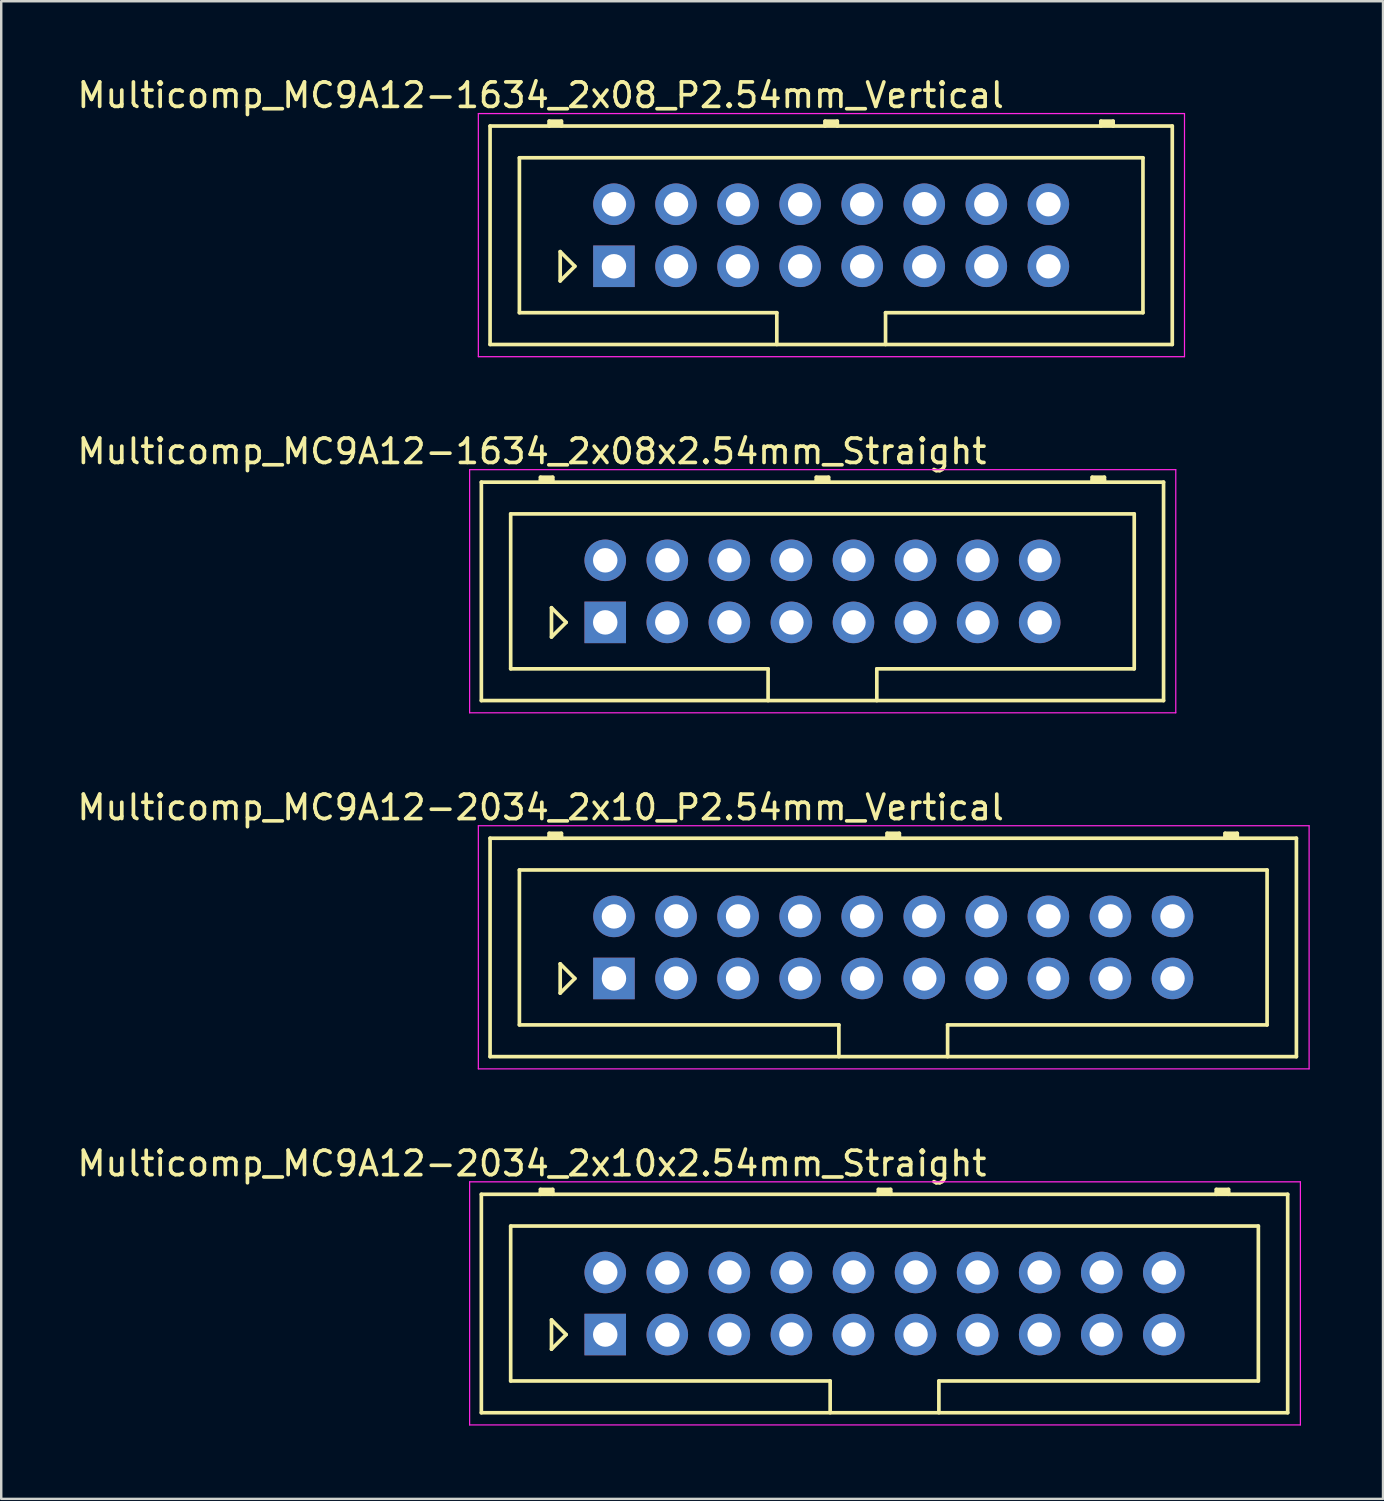
<source format=kicad_pcb>
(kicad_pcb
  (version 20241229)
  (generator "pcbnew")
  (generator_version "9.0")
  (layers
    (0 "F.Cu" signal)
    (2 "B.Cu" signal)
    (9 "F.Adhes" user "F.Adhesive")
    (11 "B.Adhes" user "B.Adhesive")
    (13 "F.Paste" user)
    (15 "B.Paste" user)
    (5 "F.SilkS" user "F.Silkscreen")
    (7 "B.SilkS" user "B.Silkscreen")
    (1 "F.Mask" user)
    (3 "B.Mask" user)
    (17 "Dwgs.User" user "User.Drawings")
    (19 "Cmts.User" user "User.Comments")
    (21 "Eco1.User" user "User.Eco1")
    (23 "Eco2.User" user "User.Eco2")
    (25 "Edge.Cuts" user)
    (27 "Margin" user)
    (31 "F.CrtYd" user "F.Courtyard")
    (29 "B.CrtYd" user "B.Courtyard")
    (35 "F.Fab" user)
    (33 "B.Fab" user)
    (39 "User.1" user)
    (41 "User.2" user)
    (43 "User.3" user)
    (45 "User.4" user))
  (footprint "Multicomp_MC9A12-2034_2x10_P2.54mm_Vertical"
    (layer "F.Cu")
    (at 22.077 36.995)
    (property "Reference" "Multicomp_MC9A12-2034_2x10_P2.54mm_Vertical" (at -3 -7 0) (layer "F.SilkS") (effects (font (size 1 1) (thickness 0.15))))
    (attr through_hole)
    (fp_line (start -5.07 -5.74) (end 27.93 -5.74) (stroke (width 0.15) (type solid)) (layer "F.SilkS"))
    (fp_line (start -5.07 3.2) (end -5.07 -5.74) (stroke (width 0.15) (type solid)) (layer "F.SilkS"))
    (fp_line (start -3.87 -4.44) (end 26.73 -4.44) (stroke (width 0.15) (type solid)) (layer "F.SilkS"))
    (fp_line (start -3.87 1.9) (end -3.87 -4.44) (stroke (width 0.15) (type solid)) (layer "F.SilkS"))
    (fp_line (start -2.65 -5.94) (end -2.15 -5.94) (stroke (width 0.15) (type solid)) (layer "F.SilkS"))
    (fp_line (start -2.65 -5.84) (end -2.15 -5.84) (stroke (width 0.15) (type solid)) (layer "F.SilkS"))
    (fp_line (start -2.65 -5.74) (end -2.65 -5.94) (stroke (width 0.15) (type solid)) (layer "F.SilkS"))
    (fp_line (start -2.2 -0.6) (end -1.6 0) (stroke (width 0.15) (type solid)) (layer "F.SilkS"))
    (fp_line (start -2.2 0.6) (end -2.2 -0.6) (stroke (width 0.15) (type solid)) (layer "F.SilkS"))
    (fp_line (start -2.15 -5.94) (end -2.15 -5.74) (stroke (width 0.15) (type solid)) (layer "F.SilkS"))
    (fp_line (start -1.6 0) (end -2.2 0.6) (stroke (width 0.15) (type solid)) (layer "F.SilkS"))
    (fp_line (start 9.205 1.9) (end -3.87 1.9) (stroke (width 0.15) (type solid)) (layer "F.SilkS"))
    (fp_line (start 9.205 3.2) (end 9.205 1.9) (stroke (width 0.15) (type solid)) (layer "F.SilkS"))
    (fp_line (start 11.18 -5.94) (end 11.68 -5.94) (stroke (width 0.15) (type solid)) (layer "F.SilkS"))
    (fp_line (start 11.18 -5.84) (end 11.68 -5.84) (stroke (width 0.15) (type solid)) (layer "F.SilkS"))
    (fp_line (start 11.18 -5.74) (end 11.18 -5.94) (stroke (width 0.15) (type solid)) (layer "F.SilkS"))
    (fp_line (start 11.68 -5.94) (end 11.68 -5.74) (stroke (width 0.15) (type solid)) (layer "F.SilkS"))
    (fp_line (start 13.655 1.9) (end 13.655 3.2) (stroke (width 0.15) (type solid)) (layer "F.SilkS"))
    (fp_line (start 25.01 -5.94) (end 25.51 -5.94) (stroke (width 0.15) (type solid)) (layer "F.SilkS"))
    (fp_line (start 25.01 -5.84) (end 25.51 -5.84) (stroke (width 0.15) (type solid)) (layer "F.SilkS"))
    (fp_line (start 25.01 -5.74) (end 25.01 -5.94) (stroke (width 0.15) (type solid)) (layer "F.SilkS"))
    (fp_line (start 25.51 -5.94) (end 25.51 -5.74) (stroke (width 0.15) (type solid)) (layer "F.SilkS"))
    (fp_line (start 26.73 -4.44) (end 26.73 1.9) (stroke (width 0.15) (type solid)) (layer "F.SilkS"))
    (fp_line (start 26.73 1.9) (end 13.655 1.9) (stroke (width 0.15) (type solid)) (layer "F.SilkS"))
    (fp_line (start 27.93 -5.74) (end 27.93 3.2) (stroke (width 0.15) (type solid)) (layer "F.SilkS"))
    (fp_line (start 27.93 3.2) (end -5.07 3.2) (stroke (width 0.15) (type solid)) (layer "F.SilkS"))
    (fp_line (start -5.55 -6.25) (end 28.45 -6.25) (stroke (width 0.05) (type solid)) (layer "F.CrtYd"))
    (fp_line (start -5.55 3.7) (end -5.55 -6.25) (stroke (width 0.05) (type solid)) (layer "F.CrtYd"))
    (fp_line (start 28.45 -6.25) (end 28.45 3.7) (stroke (width 0.05) (type solid)) (layer "F.CrtYd"))
    (fp_line (start 28.45 3.7) (end -5.55 3.7) (stroke (width 0.05) (type solid)) (layer "F.CrtYd"))
    (pad "1" thru_hole rect (at 0 0) (size 1.7 1.7) (drill 1) (layers "*.Cu" "*.Mask"))
    (pad "2" thru_hole circle (at 0 -2.54) (size 1.7 1.7) (drill 1) (layers "*.Cu" "*.Mask"))
    (pad "3" thru_hole circle (at 2.54 0) (size 1.7 1.7) (drill 1) (layers "*.Cu" "*.Mask"))
    (pad "4" thru_hole circle (at 2.54 -2.54) (size 1.7 1.7) (drill 1) (layers "*.Cu" "*.Mask"))
    (pad "5" thru_hole circle (at 5.08 0) (size 1.7 1.7) (drill 1) (layers "*.Cu" "*.Mask"))
    (pad "6" thru_hole circle (at 5.08 -2.54) (size 1.7 1.7) (drill 1) (layers "*.Cu" "*.Mask"))
    (pad "7" thru_hole circle (at 7.62 0) (size 1.7 1.7) (drill 1) (layers "*.Cu" "*.Mask"))
    (pad "8" thru_hole circle (at 7.62 -2.54) (size 1.7 1.7) (drill 1) (layers "*.Cu" "*.Mask"))
    (pad "9" thru_hole circle (at 10.16 0) (size 1.7 1.7) (drill 1) (layers "*.Cu" "*.Mask"))
    (pad "10" thru_hole circle (at 10.16 -2.54) (size 1.7 1.7) (drill 1) (layers "*.Cu" "*.Mask"))
    (pad "11" thru_hole circle (at 12.7 0) (size 1.7 1.7) (drill 1) (layers "*.Cu" "*.Mask"))
    (pad "12" thru_hole circle (at 12.7 -2.54) (size 1.7 1.7) (drill 1) (layers "*.Cu" "*.Mask"))
    (pad "13" thru_hole circle (at 15.24 0) (size 1.7 1.7) (drill 1) (layers "*.Cu" "*.Mask"))
    (pad "14" thru_hole circle (at 15.24 -2.54) (size 1.7 1.7) (drill 1) (layers "*.Cu" "*.Mask"))
    (pad "15" thru_hole circle (at 17.78 0) (size 1.7 1.7) (drill 1) (layers "*.Cu" "*.Mask"))
    (pad "16" thru_hole circle (at 17.78 -2.54) (size 1.7 1.7) (drill 1) (layers "*.Cu" "*.Mask"))
    (pad "17" thru_hole circle (at 20.32 0) (size 1.7 1.7) (drill 1) (layers "*.Cu" "*.Mask"))
    (pad "18" thru_hole circle (at 20.32 -2.54) (size 1.7 1.7) (drill 1) (layers "*.Cu" "*.Mask"))
    (pad "19" thru_hole circle (at 22.86 0) (size 1.7 1.7) (drill 1) (layers "*.Cu" "*.Mask"))
    (pad "20" thru_hole circle (at 22.86 -2.54) (size 1.7 1.7) (drill 1) (layers "*.Cu" "*.Mask")))
  (footprint "Multicomp_MC9A12-1634_2x08x2.54mm_Straight"
    (layer "F.Cu")
    (at 21.72 22.422)
    (property "Reference" "Multicomp_MC9A12-1634_2x08x2.54mm_Straight" (at -3 -7 0) (layer "F.SilkS") (effects (font (size 1 1) (thickness 0.15))))
    (attr through_hole)
    (fp_line (start -5.07 -5.74) (end 22.85 -5.74) (stroke (width 0.15) (type solid)) (layer "F.SilkS"))
    (fp_line (start -5.07 3.2) (end -5.07 -5.74) (stroke (width 0.15) (type solid)) (layer "F.SilkS"))
    (fp_line (start -3.87 -4.44) (end 21.65 -4.44) (stroke (width 0.15) (type solid)) (layer "F.SilkS"))
    (fp_line (start -3.87 1.9) (end -3.87 -4.44) (stroke (width 0.15) (type solid)) (layer "F.SilkS"))
    (fp_line (start -2.65 -5.94) (end -2.15 -5.94) (stroke (width 0.15) (type solid)) (layer "F.SilkS"))
    (fp_line (start -2.65 -5.84) (end -2.15 -5.84) (stroke (width 0.15) (type solid)) (layer "F.SilkS"))
    (fp_line (start -2.65 -5.74) (end -2.65 -5.94) (stroke (width 0.15) (type solid)) (layer "F.SilkS"))
    (fp_line (start -2.2 -0.6) (end -1.6 0) (stroke (width 0.15) (type solid)) (layer "F.SilkS"))
    (fp_line (start -2.2 0.6) (end -2.2 -0.6) (stroke (width 0.15) (type solid)) (layer "F.SilkS"))
    (fp_line (start -2.15 -5.94) (end -2.15 -5.74) (stroke (width 0.15) (type solid)) (layer "F.SilkS"))
    (fp_line (start -1.6 0) (end -2.2 0.6) (stroke (width 0.15) (type solid)) (layer "F.SilkS"))
    (fp_line (start 6.665 1.9) (end -3.87 1.9) (stroke (width 0.15) (type solid)) (layer "F.SilkS"))
    (fp_line (start 6.665 3.2) (end 6.665 1.9) (stroke (width 0.15) (type solid)) (layer "F.SilkS"))
    (fp_line (start 8.64 -5.94) (end 9.14 -5.94) (stroke (width 0.15) (type solid)) (layer "F.SilkS"))
    (fp_line (start 8.64 -5.84) (end 9.14 -5.84) (stroke (width 0.15) (type solid)) (layer "F.SilkS"))
    (fp_line (start 8.64 -5.74) (end 8.64 -5.94) (stroke (width 0.15) (type solid)) (layer "F.SilkS"))
    (fp_line (start 9.14 -5.94) (end 9.14 -5.74) (stroke (width 0.15) (type solid)) (layer "F.SilkS"))
    (fp_line (start 11.115 1.9) (end 11.115 3.2) (stroke (width 0.15) (type solid)) (layer "F.SilkS"))
    (fp_line (start 19.93 -5.94) (end 20.43 -5.94) (stroke (width 0.15) (type solid)) (layer "F.SilkS"))
    (fp_line (start 19.93 -5.84) (end 20.43 -5.84) (stroke (width 0.15) (type solid)) (layer "F.SilkS"))
    (fp_line (start 19.93 -5.74) (end 19.93 -5.94) (stroke (width 0.15) (type solid)) (layer "F.SilkS"))
    (fp_line (start 20.43 -5.94) (end 20.43 -5.74) (stroke (width 0.15) (type solid)) (layer "F.SilkS"))
    (fp_line (start 21.65 -4.44) (end 21.65 1.9) (stroke (width 0.15) (type solid)) (layer "F.SilkS"))
    (fp_line (start 21.65 1.9) (end 11.115 1.9) (stroke (width 0.15) (type solid)) (layer "F.SilkS"))
    (fp_line (start 22.85 -5.74) (end 22.85 3.2) (stroke (width 0.15) (type solid)) (layer "F.SilkS"))
    (fp_line (start 22.85 3.2) (end -5.07 3.2) (stroke (width 0.15) (type solid)) (layer "F.SilkS"))
    (fp_line (start -5.55 -6.25) (end 23.35 -6.25) (stroke (width 0.05) (type solid)) (layer "F.CrtYd"))
    (fp_line (start -5.55 3.7) (end -5.55 -6.25) (stroke (width 0.05) (type solid)) (layer "F.CrtYd"))
    (fp_line (start 23.35 -6.25) (end 23.35 3.7) (stroke (width 0.05) (type solid)) (layer "F.CrtYd"))
    (fp_line (start 23.35 3.7) (end -5.55 3.7) (stroke (width 0.05) (type solid)) (layer "F.CrtYd"))
    (pad "1" thru_hole rect (at 0 0) (size 1.7 1.7) (drill 1) (layers "*.Cu" "*.Mask"))
    (pad "2" thru_hole circle (at 0 -2.54) (size 1.7 1.7) (drill 1) (layers "*.Cu" "*.Mask"))
    (pad "3" thru_hole circle (at 2.54 0) (size 1.7 1.7) (drill 1) (layers "*.Cu" "*.Mask"))
    (pad "4" thru_hole circle (at 2.54 -2.54) (size 1.7 1.7) (drill 1) (layers "*.Cu" "*.Mask"))
    (pad "5" thru_hole circle (at 5.08 0) (size 1.7 1.7) (drill 1) (layers "*.Cu" "*.Mask"))
    (pad "6" thru_hole circle (at 5.08 -2.54) (size 1.7 1.7) (drill 1) (layers "*.Cu" "*.Mask"))
    (pad "7" thru_hole circle (at 7.62 0) (size 1.7 1.7) (drill 1) (layers "*.Cu" "*.Mask"))
    (pad "8" thru_hole circle (at 7.62 -2.54) (size 1.7 1.7) (drill 1) (layers "*.Cu" "*.Mask"))
    (pad "9" thru_hole circle (at 10.16 0) (size 1.7 1.7) (drill 1) (layers "*.Cu" "*.Mask"))
    (pad "10" thru_hole circle (at 10.16 -2.54) (size 1.7 1.7) (drill 1) (layers "*.Cu" "*.Mask"))
    (pad "11" thru_hole circle (at 12.7 0) (size 1.7 1.7) (drill 1) (layers "*.Cu" "*.Mask"))
    (pad "12" thru_hole circle (at 12.7 -2.54) (size 1.7 1.7) (drill 1) (layers "*.Cu" "*.Mask"))
    (pad "13" thru_hole circle (at 15.24 0) (size 1.7 1.7) (drill 1) (layers "*.Cu" "*.Mask"))
    (pad "14" thru_hole circle (at 15.24 -2.54) (size 1.7 1.7) (drill 1) (layers "*.Cu" "*.Mask"))
    (pad "15" thru_hole circle (at 17.78 0) (size 1.7 1.7) (drill 1) (layers "*.Cu" "*.Mask"))
    (pad "16" thru_hole circle (at 17.78 -2.54) (size 1.7 1.7) (drill 1) (layers "*.Cu" "*.Mask")))
  (footprint "Multicomp_MC9A12-2034_2x10x2.54mm_Straight"
    (layer "F.Cu")
    (at 21.72 51.568)
    (property "Reference" "Multicomp_MC9A12-2034_2x10x2.54mm_Straight" (at -3 -7 0) (layer "F.SilkS") (effects (font (size 1 1) (thickness 0.15))))
    (attr through_hole)
    (fp_line (start -5.07 -5.74) (end 27.93 -5.74) (stroke (width 0.15) (type solid)) (layer "F.SilkS"))
    (fp_line (start -5.07 3.2) (end -5.07 -5.74) (stroke (width 0.15) (type solid)) (layer "F.SilkS"))
    (fp_line (start -3.87 -4.44) (end 26.73 -4.44) (stroke (width 0.15) (type solid)) (layer "F.SilkS"))
    (fp_line (start -3.87 1.9) (end -3.87 -4.44) (stroke (width 0.15) (type solid)) (layer "F.SilkS"))
    (fp_line (start -2.65 -5.94) (end -2.15 -5.94) (stroke (width 0.15) (type solid)) (layer "F.SilkS"))
    (fp_line (start -2.65 -5.84) (end -2.15 -5.84) (stroke (width 0.15) (type solid)) (layer "F.SilkS"))
    (fp_line (start -2.65 -5.74) (end -2.65 -5.94) (stroke (width 0.15) (type solid)) (layer "F.SilkS"))
    (fp_line (start -2.2 -0.6) (end -1.6 0) (stroke (width 0.15) (type solid)) (layer "F.SilkS"))
    (fp_line (start -2.2 0.6) (end -2.2 -0.6) (stroke (width 0.15) (type solid)) (layer "F.SilkS"))
    (fp_line (start -2.15 -5.94) (end -2.15 -5.74) (stroke (width 0.15) (type solid)) (layer "F.SilkS"))
    (fp_line (start -1.6 0) (end -2.2 0.6) (stroke (width 0.15) (type solid)) (layer "F.SilkS"))
    (fp_line (start 9.205 1.9) (end -3.87 1.9) (stroke (width 0.15) (type solid)) (layer "F.SilkS"))
    (fp_line (start 9.205 3.2) (end 9.205 1.9) (stroke (width 0.15) (type solid)) (layer "F.SilkS"))
    (fp_line (start 11.18 -5.94) (end 11.68 -5.94) (stroke (width 0.15) (type solid)) (layer "F.SilkS"))
    (fp_line (start 11.18 -5.84) (end 11.68 -5.84) (stroke (width 0.15) (type solid)) (layer "F.SilkS"))
    (fp_line (start 11.18 -5.74) (end 11.18 -5.94) (stroke (width 0.15) (type solid)) (layer "F.SilkS"))
    (fp_line (start 11.68 -5.94) (end 11.68 -5.74) (stroke (width 0.15) (type solid)) (layer "F.SilkS"))
    (fp_line (start 13.655 1.9) (end 13.655 3.2) (stroke (width 0.15) (type solid)) (layer "F.SilkS"))
    (fp_line (start 25.01 -5.94) (end 25.51 -5.94) (stroke (width 0.15) (type solid)) (layer "F.SilkS"))
    (fp_line (start 25.01 -5.84) (end 25.51 -5.84) (stroke (width 0.15) (type solid)) (layer "F.SilkS"))
    (fp_line (start 25.01 -5.74) (end 25.01 -5.94) (stroke (width 0.15) (type solid)) (layer "F.SilkS"))
    (fp_line (start 25.51 -5.94) (end 25.51 -5.74) (stroke (width 0.15) (type solid)) (layer "F.SilkS"))
    (fp_line (start 26.73 -4.44) (end 26.73 1.9) (stroke (width 0.15) (type solid)) (layer "F.SilkS"))
    (fp_line (start 26.73 1.9) (end 13.655 1.9) (stroke (width 0.15) (type solid)) (layer "F.SilkS"))
    (fp_line (start 27.93 -5.74) (end 27.93 3.2) (stroke (width 0.15) (type solid)) (layer "F.SilkS"))
    (fp_line (start 27.93 3.2) (end -5.07 3.2) (stroke (width 0.15) (type solid)) (layer "F.SilkS"))
    (fp_line (start -5.55 -6.25) (end 28.45 -6.25) (stroke (width 0.05) (type solid)) (layer "F.CrtYd"))
    (fp_line (start -5.55 3.7) (end -5.55 -6.25) (stroke (width 0.05) (type solid)) (layer "F.CrtYd"))
    (fp_line (start 28.45 -6.25) (end 28.45 3.7) (stroke (width 0.05) (type solid)) (layer "F.CrtYd"))
    (fp_line (start 28.45 3.7) (end -5.55 3.7) (stroke (width 0.05) (type solid)) (layer "F.CrtYd"))
    (pad "1" thru_hole rect (at 0 0) (size 1.7 1.7) (drill 1) (layers "*.Cu" "*.Mask"))
    (pad "2" thru_hole circle (at 0 -2.54) (size 1.7 1.7) (drill 1) (layers "*.Cu" "*.Mask"))
    (pad "3" thru_hole circle (at 2.54 0) (size 1.7 1.7) (drill 1) (layers "*.Cu" "*.Mask"))
    (pad "4" thru_hole circle (at 2.54 -2.54) (size 1.7 1.7) (drill 1) (layers "*.Cu" "*.Mask"))
    (pad "5" thru_hole circle (at 5.08 0) (size 1.7 1.7) (drill 1) (layers "*.Cu" "*.Mask"))
    (pad "6" thru_hole circle (at 5.08 -2.54) (size 1.7 1.7) (drill 1) (layers "*.Cu" "*.Mask"))
    (pad "7" thru_hole circle (at 7.62 0) (size 1.7 1.7) (drill 1) (layers "*.Cu" "*.Mask"))
    (pad "8" thru_hole circle (at 7.62 -2.54) (size 1.7 1.7) (drill 1) (layers "*.Cu" "*.Mask"))
    (pad "9" thru_hole circle (at 10.16 0) (size 1.7 1.7) (drill 1) (layers "*.Cu" "*.Mask"))
    (pad "10" thru_hole circle (at 10.16 -2.54) (size 1.7 1.7) (drill 1) (layers "*.Cu" "*.Mask"))
    (pad "11" thru_hole circle (at 12.7 0) (size 1.7 1.7) (drill 1) (layers "*.Cu" "*.Mask"))
    (pad "12" thru_hole circle (at 12.7 -2.54) (size 1.7 1.7) (drill 1) (layers "*.Cu" "*.Mask"))
    (pad "13" thru_hole circle (at 15.24 0) (size 1.7 1.7) (drill 1) (layers "*.Cu" "*.Mask"))
    (pad "14" thru_hole circle (at 15.24 -2.54) (size 1.7 1.7) (drill 1) (layers "*.Cu" "*.Mask"))
    (pad "15" thru_hole circle (at 17.78 0) (size 1.7 1.7) (drill 1) (layers "*.Cu" "*.Mask"))
    (pad "16" thru_hole circle (at 17.78 -2.54) (size 1.7 1.7) (drill 1) (layers "*.Cu" "*.Mask"))
    (pad "17" thru_hole circle (at 20.32 0) (size 1.7 1.7) (drill 1) (layers "*.Cu" "*.Mask"))
    (pad "18" thru_hole circle (at 20.32 -2.54) (size 1.7 1.7) (drill 1) (layers "*.Cu" "*.Mask"))
    (pad "19" thru_hole circle (at 22.86 0) (size 1.7 1.7) (drill 1) (layers "*.Cu" "*.Mask"))
    (pad "20" thru_hole circle (at 22.86 -2.54) (size 1.7 1.7) (drill 1) (layers "*.Cu" "*.Mask")))
  (footprint "Multicomp_MC9A12-1634_2x08_P2.54mm_Vertical"
    (layer "F.Cu")
    (at 22.077 7.848)
    (property "Reference" "Multicomp_MC9A12-1634_2x08_P2.54mm_Vertical" (at -3 -7 0) (layer "F.SilkS") (effects (font (size 1 1) (thickness 0.15))))
    (attr through_hole)
    (fp_line (start -5.07 -5.74) (end 22.85 -5.74) (stroke (width 0.15) (type solid)) (layer "F.SilkS"))
    (fp_line (start -5.07 3.2) (end -5.07 -5.74) (stroke (width 0.15) (type solid)) (layer "F.SilkS"))
    (fp_line (start -3.87 -4.44) (end 21.65 -4.44) (stroke (width 0.15) (type solid)) (layer "F.SilkS"))
    (fp_line (start -3.87 1.9) (end -3.87 -4.44) (stroke (width 0.15) (type solid)) (layer "F.SilkS"))
    (fp_line (start -2.65 -5.94) (end -2.15 -5.94) (stroke (width 0.15) (type solid)) (layer "F.SilkS"))
    (fp_line (start -2.65 -5.84) (end -2.15 -5.84) (stroke (width 0.15) (type solid)) (layer "F.SilkS"))
    (fp_line (start -2.65 -5.74) (end -2.65 -5.94) (stroke (width 0.15) (type solid)) (layer "F.SilkS"))
    (fp_line (start -2.2 -0.6) (end -1.6 0) (stroke (width 0.15) (type solid)) (layer "F.SilkS"))
    (fp_line (start -2.2 0.6) (end -2.2 -0.6) (stroke (width 0.15) (type solid)) (layer "F.SilkS"))
    (fp_line (start -2.15 -5.94) (end -2.15 -5.74) (stroke (width 0.15) (type solid)) (layer "F.SilkS"))
    (fp_line (start -1.6 0) (end -2.2 0.6) (stroke (width 0.15) (type solid)) (layer "F.SilkS"))
    (fp_line (start 6.665 1.9) (end -3.87 1.9) (stroke (width 0.15) (type solid)) (layer "F.SilkS"))
    (fp_line (start 6.665 3.2) (end 6.665 1.9) (stroke (width 0.15) (type solid)) (layer "F.SilkS"))
    (fp_line (start 8.64 -5.94) (end 9.14 -5.94) (stroke (width 0.15) (type solid)) (layer "F.SilkS"))
    (fp_line (start 8.64 -5.84) (end 9.14 -5.84) (stroke (width 0.15) (type solid)) (layer "F.SilkS"))
    (fp_line (start 8.64 -5.74) (end 8.64 -5.94) (stroke (width 0.15) (type solid)) (layer "F.SilkS"))
    (fp_line (start 9.14 -5.94) (end 9.14 -5.74) (stroke (width 0.15) (type solid)) (layer "F.SilkS"))
    (fp_line (start 11.115 1.9) (end 11.115 3.2) (stroke (width 0.15) (type solid)) (layer "F.SilkS"))
    (fp_line (start 19.93 -5.94) (end 20.43 -5.94) (stroke (width 0.15) (type solid)) (layer "F.SilkS"))
    (fp_line (start 19.93 -5.84) (end 20.43 -5.84) (stroke (width 0.15) (type solid)) (layer "F.SilkS"))
    (fp_line (start 19.93 -5.74) (end 19.93 -5.94) (stroke (width 0.15) (type solid)) (layer "F.SilkS"))
    (fp_line (start 20.43 -5.94) (end 20.43 -5.74) (stroke (width 0.15) (type solid)) (layer "F.SilkS"))
    (fp_line (start 21.65 -4.44) (end 21.65 1.9) (stroke (width 0.15) (type solid)) (layer "F.SilkS"))
    (fp_line (start 21.65 1.9) (end 11.115 1.9) (stroke (width 0.15) (type solid)) (layer "F.SilkS"))
    (fp_line (start 22.85 -5.74) (end 22.85 3.2) (stroke (width 0.15) (type solid)) (layer "F.SilkS"))
    (fp_line (start 22.85 3.2) (end -5.07 3.2) (stroke (width 0.15) (type solid)) (layer "F.SilkS"))
    (fp_line (start -5.55 -6.25) (end 23.35 -6.25) (stroke (width 0.05) (type solid)) (layer "F.CrtYd"))
    (fp_line (start -5.55 3.7) (end -5.55 -6.25) (stroke (width 0.05) (type solid)) (layer "F.CrtYd"))
    (fp_line (start 23.35 -6.25) (end 23.35 3.7) (stroke (width 0.05) (type solid)) (layer "F.CrtYd"))
    (fp_line (start 23.35 3.7) (end -5.55 3.7) (stroke (width 0.05) (type solid)) (layer "F.CrtYd"))
    (pad "1" thru_hole rect (at 0 0) (size 1.7 1.7) (drill 1) (layers "*.Cu" "*.Mask"))
    (pad "2" thru_hole circle (at 0 -2.54) (size 1.7 1.7) (drill 1) (layers "*.Cu" "*.Mask"))
    (pad "3" thru_hole circle (at 2.54 0) (size 1.7 1.7) (drill 1) (layers "*.Cu" "*.Mask"))
    (pad "4" thru_hole circle (at 2.54 -2.54) (size 1.7 1.7) (drill 1) (layers "*.Cu" "*.Mask"))
    (pad "5" thru_hole circle (at 5.08 0) (size 1.7 1.7) (drill 1) (layers "*.Cu" "*.Mask"))
    (pad "6" thru_hole circle (at 5.08 -2.54) (size 1.7 1.7) (drill 1) (layers "*.Cu" "*.Mask"))
    (pad "7" thru_hole circle (at 7.62 0) (size 1.7 1.7) (drill 1) (layers "*.Cu" "*.Mask"))
    (pad "8" thru_hole circle (at 7.62 -2.54) (size 1.7 1.7) (drill 1) (layers "*.Cu" "*.Mask"))
    (pad "9" thru_hole circle (at 10.16 0) (size 1.7 1.7) (drill 1) (layers "*.Cu" "*.Mask"))
    (pad "10" thru_hole circle (at 10.16 -2.54) (size 1.7 1.7) (drill 1) (layers "*.Cu" "*.Mask"))
    (pad "11" thru_hole circle (at 12.7 0) (size 1.7 1.7) (drill 1) (layers "*.Cu" "*.Mask"))
    (pad "12" thru_hole circle (at 12.7 -2.54) (size 1.7 1.7) (drill 1) (layers "*.Cu" "*.Mask"))
    (pad "13" thru_hole circle (at 15.24 0) (size 1.7 1.7) (drill 1) (layers "*.Cu" "*.Mask"))
    (pad "14" thru_hole circle (at 15.24 -2.54) (size 1.7 1.7) (drill 1) (layers "*.Cu" "*.Mask"))
    (pad "15" thru_hole circle (at 17.78 0) (size 1.7 1.7) (drill 1) (layers "*.Cu" "*.Mask"))
    (pad "16" thru_hole circle (at 17.78 -2.54) (size 1.7 1.7) (drill 1) (layers "*.Cu" "*.Mask")))
  (gr_rect
    (start -3 -3)
    (end 53.552 58.293)
    (stroke (width 0.1) (type default))
    (fill no)
    (layer "Edge.Cuts")))
</source>
